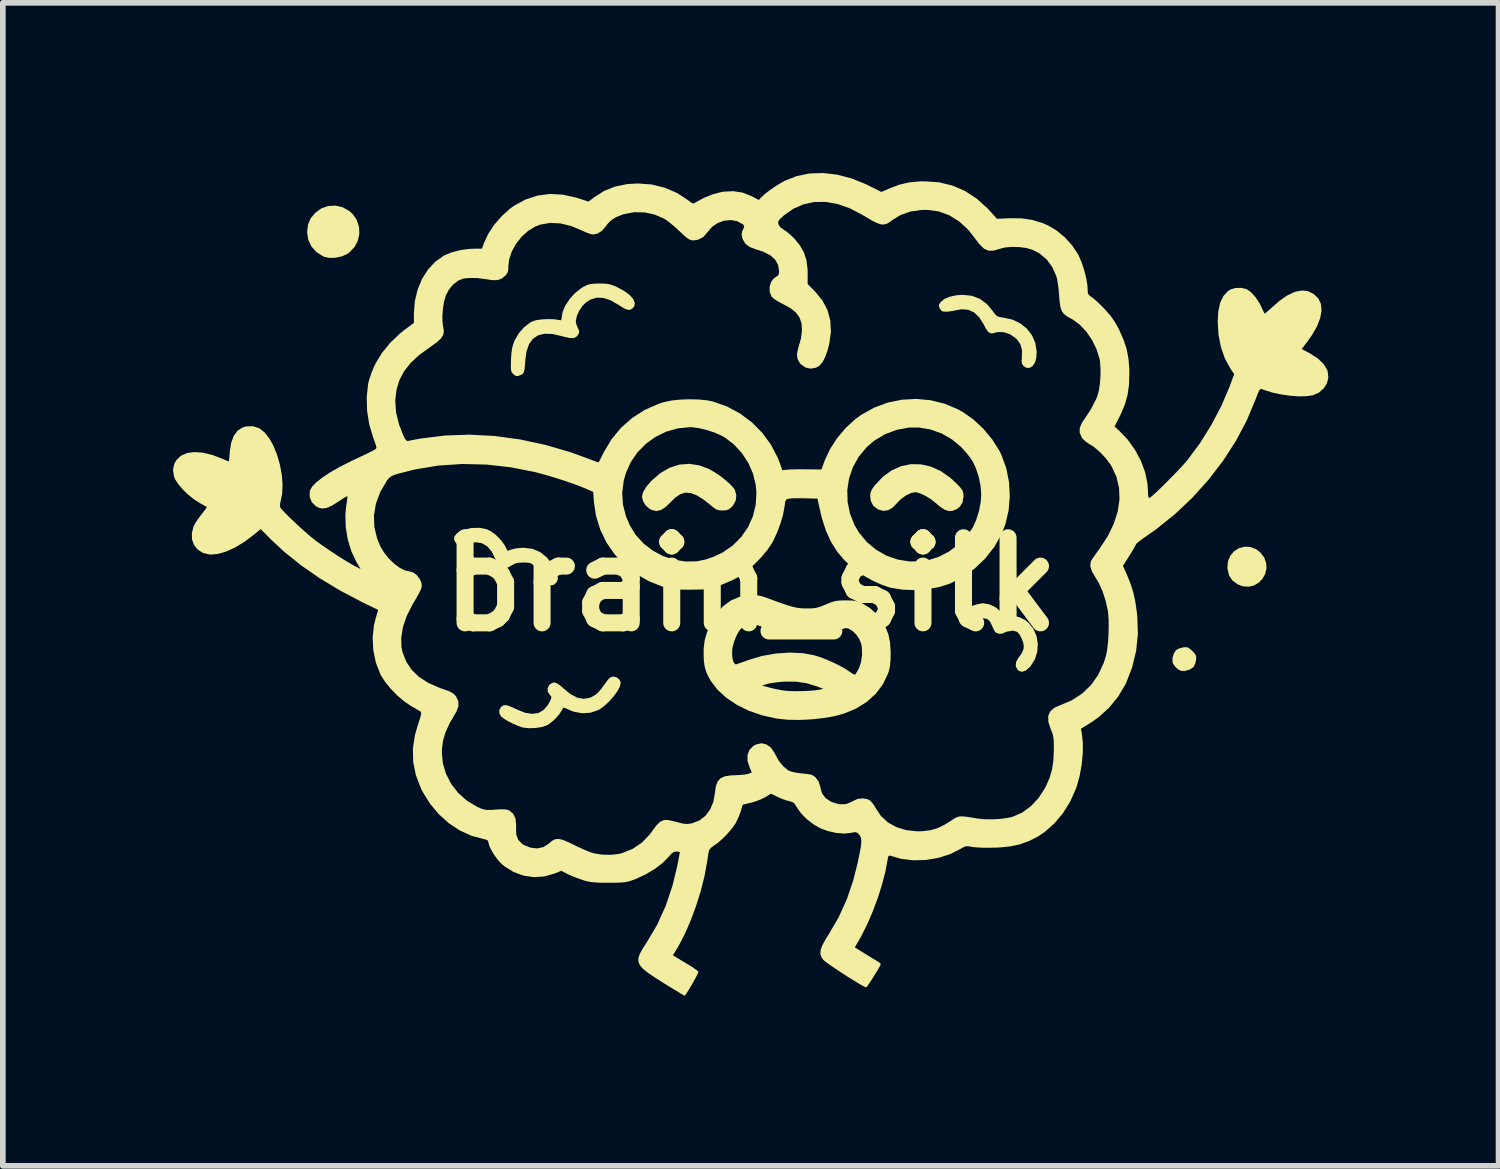
<source format=kicad_pcb>
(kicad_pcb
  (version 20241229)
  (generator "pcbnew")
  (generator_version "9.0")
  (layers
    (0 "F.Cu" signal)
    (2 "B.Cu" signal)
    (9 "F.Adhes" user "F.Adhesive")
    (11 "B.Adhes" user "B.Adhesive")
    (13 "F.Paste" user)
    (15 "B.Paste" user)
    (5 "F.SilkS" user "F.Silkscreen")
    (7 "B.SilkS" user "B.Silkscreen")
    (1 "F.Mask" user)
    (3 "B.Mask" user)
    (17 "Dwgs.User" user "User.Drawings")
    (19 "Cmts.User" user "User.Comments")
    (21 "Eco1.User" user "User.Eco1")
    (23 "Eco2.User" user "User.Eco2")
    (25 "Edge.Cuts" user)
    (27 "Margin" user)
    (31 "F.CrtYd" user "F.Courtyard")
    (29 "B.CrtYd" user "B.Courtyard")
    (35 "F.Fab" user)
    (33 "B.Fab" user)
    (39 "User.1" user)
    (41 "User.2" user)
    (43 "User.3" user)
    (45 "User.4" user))
  (footprint "brain_silk"
    (layer "F.Cu")
    (at 10.184 7.251)
    (property "Reference" "brain_silk" (at 0 0 0) (layer "F.SilkS") (effects (font (size 1.5 1.5) (thickness 0.3))))
    (attr board_only exclude_from_pos_files exclude_from_bom)
    (fp_poly (pts (xy 8.806 -0.659) (xy 8.907 -0.621) (xy 8.979 -0.567) (xy 9.05 -0.475) (xy 9.086 -0.377) (xy 9.091 -0.278) (xy 9.068 -0.183) (xy 9.02 -0.098) (xy 8.953 -0.029) (xy 8.869 0.02) (xy 8.772 0.042) (xy 8.668 0.033) (xy 8.581 -0.001) (xy 8.489 -0.07) (xy 8.43 -0.162) (xy 8.403 -0.28) (xy 8.402 -0.29) (xy 8.412 -0.407) (xy 8.454 -0.507) (xy 8.521 -0.585) (xy 8.606 -0.638) (xy 8.704 -0.664)) (stroke (width 0) (type solid)) (fill yes) (layer "F.SilkS"))
    (fp_poly (pts (xy 7.718 1.118) (xy 7.76 1.152) (xy 7.785 1.175) (xy 7.83 1.224) (xy 7.85 1.263) (xy 7.852 1.309) (xy 7.849 1.337) (xy 7.833 1.402) (xy 7.806 1.454) (xy 7.799 1.462) (xy 7.735 1.503) (xy 7.654 1.526) (xy 7.591 1.526) (xy 7.536 1.501) (xy 7.482 1.452) (xy 7.443 1.395) (xy 7.435 1.37) (xy 7.435 1.293) (xy 7.459 1.216) (xy 7.499 1.158) (xy 7.546 1.132) (xy 7.611 1.113) (xy 7.624 1.11) (xy 7.678 1.107)) (stroke (width 0) (type solid)) (fill yes) (layer "F.SilkS"))
    (fp_poly (pts (xy -7.196 -6.648) (xy -7.08 -6.584) (xy -7.018 -6.529) (xy -6.945 -6.424) (xy -6.906 -6.305) (xy -6.9 -6.18) (xy -6.926 -6.058) (xy -6.984 -5.947) (xy -7.071 -5.854) (xy -7.113 -5.825) (xy -7.212 -5.781) (xy -7.324 -5.757) (xy -7.435 -5.755) (xy -7.528 -5.777) (xy -7.532 -5.779) (xy -7.652 -5.854) (xy -7.743 -5.954) (xy -7.8 -6.073) (xy -7.82 -6.207) (xy -7.82 -6.209) (xy -7.805 -6.341) (xy -7.757 -6.453) (xy -7.677 -6.55) (xy -7.569 -6.628) (xy -7.448 -6.67) (xy -7.321 -6.677)) (stroke (width 0) (type solid)) (fill yes) (layer "F.SilkS"))
    (fp_poly (pts (xy -0.908 -2.098) (xy -0.748 -2.039) (xy -0.65 -1.985) (xy -0.547 -1.917) (xy -0.449 -1.841) (xy -0.364 -1.766) (xy -0.302 -1.698) (xy -0.279 -1.662) (xy -0.254 -1.571) (xy -0.265 -1.476) (xy -0.312 -1.39) (xy -0.332 -1.367) (xy -0.382 -1.325) (xy -0.432 -1.306) (xy -0.497 -1.302) (xy -0.56 -1.306) (xy -0.61 -1.323) (xy -0.663 -1.359) (xy -0.695 -1.386) (xy -0.833 -1.495) (xy -0.952 -1.57) (xy -1.057 -1.61) (xy -1.152 -1.617) (xy -1.241 -1.59) (xy -1.329 -1.531) (xy -1.405 -1.456) (xy -1.499 -1.364) (xy -1.584 -1.31) (xy -1.665 -1.293) (xy -1.745 -1.311) (xy -1.786 -1.333) (xy -1.853 -1.392) (xy -1.9 -1.47) (xy -1.917 -1.546) (xy -1.899 -1.623) (xy -1.846 -1.714) (xy -1.761 -1.815) (xy -1.75 -1.826) (xy -1.594 -1.961) (xy -1.43 -2.056) (xy -1.26 -2.111) (xy -1.085 -2.125)) (stroke (width 0) (type solid)) (fill yes) (layer "F.SilkS"))
    (fp_poly (pts (xy 2.999 -2.116) (xy 3.176 -2.076) (xy 3.351 -1.996) (xy 3.52 -1.878) (xy 3.643 -1.763) (xy 3.699 -1.701) (xy 3.731 -1.655) (xy 3.746 -1.614) (xy 3.751 -1.564) (xy 3.751 -1.553) (xy 3.734 -1.447) (xy 3.685 -1.367) (xy 3.624 -1.322) (xy 3.552 -1.295) (xy 3.485 -1.293) (xy 3.414 -1.318) (xy 3.331 -1.374) (xy 3.261 -1.434) (xy 3.174 -1.502) (xy 3.079 -1.561) (xy 2.988 -1.603) (xy 2.913 -1.624) (xy 2.898 -1.625) (xy 2.82 -1.609) (xy 2.733 -1.566) (xy 2.648 -1.504) (xy 2.59 -1.445) (xy 2.505 -1.356) (xy 2.423 -1.307) (xy 2.339 -1.295) (xy 2.25 -1.319) (xy 2.234 -1.327) (xy 2.16 -1.385) (xy 2.116 -1.47) (xy 2.105 -1.56) (xy 2.112 -1.619) (xy 2.137 -1.677) (xy 2.186 -1.746) (xy 2.328 -1.896) (xy 2.484 -2.009) (xy 2.649 -2.083) (xy 2.822 -2.119)) (stroke (width 0) (type solid)) (fill yes) (layer "F.SilkS"))
    (fp_poly (pts (xy 3.897 -5.087) (xy 4.039 -5.033) (xy 4.163 -4.941) (xy 4.262 -4.824) (xy 4.305 -4.764) (xy 4.34 -4.73) (xy 4.38 -4.713) (xy 4.439 -4.704) (xy 4.449 -4.703) (xy 4.61 -4.668) (xy 4.751 -4.601) (xy 4.868 -4.507) (xy 4.958 -4.39) (xy 5.016 -4.255) (xy 5.04 -4.105) (xy 5.033 -3.99) (xy 5.008 -3.905) (xy 4.965 -3.845) (xy 4.912 -3.815) (xy 4.855 -3.818) (xy 4.803 -3.854) (xy 4.781 -3.889) (xy 4.774 -3.935) (xy 4.779 -4.006) (xy 4.781 -4.132) (xy 4.752 -4.234) (xy 4.691 -4.32) (xy 4.671 -4.339) (xy 4.571 -4.408) (xy 4.463 -4.445) (xy 4.357 -4.448) (xy 4.313 -4.438) (xy 4.258 -4.424) (xy 4.216 -4.43) (xy 4.179 -4.459) (xy 4.14 -4.517) (xy 4.105 -4.585) (xy 4.026 -4.709) (xy 3.935 -4.795) (xy 3.832 -4.841) (xy 3.714 -4.849) (xy 3.637 -4.835) (xy 3.556 -4.819) (xy 3.476 -4.808) (xy 3.449 -4.806) (xy 3.391 -4.809) (xy 3.357 -4.828) (xy 3.335 -4.859) (xy 3.316 -4.901) (xy 3.32 -4.933) (xy 3.346 -4.974) (xy 3.41 -5.029) (xy 3.505 -5.07) (xy 3.624 -5.096) (xy 3.736 -5.104)) (stroke (width 0) (type solid)) (fill yes) (layer "F.SilkS"))
    (fp_poly (pts (xy -4.663 -0.975) (xy -4.581 -0.936) (xy -4.493 -0.871) (xy -4.411 -0.789) (xy -4.346 -0.702) (xy -4.334 -0.682) (xy -4.286 -0.591) (xy -4.211 -0.617) (xy -4.149 -0.632) (xy -4.066 -0.642) (xy -4 -0.645) (xy -3.849 -0.627) (xy -3.714 -0.57) (xy -3.595 -0.475) (xy -3.493 -0.343) (xy -3.448 -0.263) (xy -3.41 -0.171) (xy -3.399 -0.102) (xy -3.416 -0.048) (xy -3.438 -0.021) (xy -3.483 0.013) (xy -3.529 0.015) (xy -3.576 -0.003) (xy -3.61 -0.034) (xy -3.648 -0.089) (xy -3.668 -0.126) (xy -3.713 -0.203) (xy -3.771 -0.28) (xy -3.796 -0.306) (xy -3.844 -0.35) (xy -3.885 -0.374) (xy -3.934 -0.384) (xy -4.008 -0.385) (xy -4.008 -0.385) (xy -4.093 -0.382) (xy -4.155 -0.367) (xy -4.214 -0.336) (xy -4.226 -0.328) (xy -4.306 -0.284) (xy -4.37 -0.273) (xy -4.421 -0.297) (xy -4.465 -0.359) (xy -4.502 -0.444) (xy -4.565 -0.576) (xy -4.645 -0.67) (xy -4.74 -0.726) (xy -4.85 -0.743) (xy -4.969 -0.722) (xy -5.06 -0.697) (xy -5.122 -0.69) (xy -5.165 -0.701) (xy -5.196 -0.726) (xy -5.23 -0.786) (xy -5.224 -0.845) (xy -5.179 -0.9) (xy -5.097 -0.947) (xy -5.073 -0.957) (xy -4.928 -0.993) (xy -4.778 -0.997)) (stroke (width 0) (type solid)) (fill yes) (layer "F.SilkS"))
    (fp_poly (pts (xy 4.209 0.353) (xy 4.314 0.403) (xy 4.401 0.477) (xy 4.409 0.486) (xy 4.449 0.532) (xy 4.484 0.551) (xy 4.531 0.552) (xy 4.554 0.549) (xy 4.644 0.553) (xy 4.745 0.583) (xy 4.841 0.632) (xy 4.893 0.673) (xy 4.981 0.782) (xy 5.037 0.91) (xy 5.06 1.048) (xy 5.051 1.187) (xy 5.009 1.321) (xy 4.934 1.44) (xy 4.92 1.456) (xy 4.847 1.519) (xy 4.781 1.542) (xy 4.723 1.523) (xy 4.702 1.504) (xy 4.671 1.442) (xy 4.677 1.369) (xy 4.716 1.299) (xy 4.777 1.215) (xy 4.807 1.143) (xy 4.813 1.09) (xy 4.802 1.023) (xy 4.774 0.949) (xy 4.737 0.882) (xy 4.698 0.839) (xy 4.691 0.835) (xy 4.62 0.815) (xy 4.544 0.819) (xy 4.489 0.843) (xy 4.429 0.87) (xy 4.365 0.87) (xy 4.315 0.846) (xy 4.311 0.841) (xy 4.285 0.8) (xy 4.258 0.74) (xy 4.25 0.721) (xy 4.212 0.647) (xy 4.163 0.607) (xy 4.095 0.598) (xy 4.003 0.618) (xy 3.982 0.625) (xy 3.898 0.651) (xy 3.843 0.663) (xy 3.807 0.661) (xy 3.779 0.644) (xy 3.764 0.629) (xy 3.734 0.569) (xy 3.736 0.503) (xy 3.769 0.45) (xy 3.828 0.412) (xy 3.911 0.376) (xy 4.001 0.348) (xy 4.082 0.334) (xy 4.1 0.334)) (stroke (width 0) (type solid)) (fill yes) (layer "F.SilkS"))
    (fp_poly (pts (xy -2.359 1.641) (xy -2.312 1.682) (xy -2.292 1.736) (xy -2.292 1.737) (xy -2.308 1.803) (xy -2.351 1.884) (xy -2.415 1.972) (xy -2.492 2.06) (xy -2.576 2.138) (xy -2.66 2.2) (xy -2.693 2.218) (xy -2.829 2.263) (xy -2.975 2.272) (xy -3.121 2.244) (xy -3.186 2.218) (xy -3.246 2.192) (xy -3.289 2.175) (xy -3.303 2.172) (xy -3.315 2.192) (xy -3.333 2.226) (xy -3.386 2.304) (xy -3.461 2.385) (xy -3.544 2.454) (xy -3.593 2.484) (xy -3.679 2.514) (xy -3.789 2.531) (xy -3.904 2.536) (xy -4.009 2.525) (xy -4.027 2.521) (xy -4.099 2.496) (xy -4.186 2.459) (xy -4.273 2.415) (xy -4.348 2.37) (xy -4.397 2.333) (xy -4.397 2.333) (xy -4.432 2.274) (xy -4.432 2.211) (xy -4.4 2.16) (xy -4.364 2.135) (xy -4.322 2.128) (xy -4.266 2.141) (xy -4.189 2.173) (xy -4.131 2.201) (xy -3.985 2.261) (xy -3.856 2.283) (xy -3.745 2.268) (xy -3.651 2.214) (xy -3.574 2.123) (xy -3.553 2.084) (xy -3.524 2.026) (xy -3.514 1.992) (xy -3.521 1.97) (xy -3.543 1.947) (xy -3.578 1.892) (xy -3.58 1.831) (xy -3.554 1.776) (xy -3.505 1.738) (xy -3.459 1.729) (xy -3.415 1.745) (xy -3.353 1.788) (xy -3.3 1.835) (xy -3.176 1.936) (xy -3.058 1.997) (xy -2.947 2.018) (xy -2.839 2) (xy -2.794 1.98) (xy -2.74 1.948) (xy -2.69 1.905) (xy -2.636 1.843) (xy -2.571 1.755) (xy -2.548 1.722) (xy -2.502 1.663) (xy -2.464 1.634) (xy -2.422 1.625) (xy -2.421 1.625)) (stroke (width 0) (type solid)) (fill yes) (layer "F.SilkS"))
    (fp_poly (pts (xy -2.571 -5.301) (xy -2.5 -5.292) (xy -2.436 -5.274) (xy -2.361 -5.242) (xy -2.352 -5.238) (xy -2.228 -5.17) (xy -2.134 -5.1) (xy -2.072 -5.03) (xy -2.044 -4.963) (xy -2.053 -4.904) (xy -2.08 -4.869) (xy -2.118 -4.843) (xy -2.16 -4.838) (xy -2.214 -4.856) (xy -2.288 -4.898) (xy -2.332 -4.927) (xy -2.471 -5.007) (xy -2.597 -5.049) (xy -2.712 -5.054) (xy -2.821 -5.022) (xy -2.897 -4.977) (xy -2.965 -4.911) (xy -3.024 -4.823) (xy -3.066 -4.729) (xy -3.084 -4.643) (xy -3.084 -4.639) (xy -3.073 -4.579) (xy -3.048 -4.519) (xy -3.025 -4.473) (xy -3.026 -4.438) (xy -3.043 -4.401) (xy -3.078 -4.36) (xy -3.128 -4.341) (xy -3.199 -4.343) (xy -3.299 -4.367) (xy -3.324 -4.374) (xy -3.491 -4.413) (xy -3.633 -4.418) (xy -3.75 -4.39) (xy -3.842 -4.327) (xy -3.91 -4.232) (xy -3.954 -4.102) (xy -3.972 -3.966) (xy -3.98 -3.861) (xy -3.988 -3.789) (xy -3.999 -3.744) (xy -4.015 -3.716) (xy -4.04 -3.698) (xy -4.053 -3.692) (xy -4.108 -3.671) (xy -4.145 -3.675) (xy -4.184 -3.705) (xy -4.191 -3.712) (xy -4.211 -3.735) (xy -4.223 -3.763) (xy -4.229 -3.805) (xy -4.229 -3.869) (xy -4.226 -3.966) (xy -4.226 -3.967) (xy -4.219 -4.078) (xy -4.207 -4.161) (xy -4.188 -4.232) (xy -4.159 -4.306) (xy -4.158 -4.308) (xy -4.087 -4.429) (xy -3.992 -4.536) (xy -3.886 -4.617) (xy -3.838 -4.641) (xy -3.772 -4.659) (xy -3.68 -4.671) (xy -3.577 -4.676) (xy -3.479 -4.674) (xy -3.4 -4.664) (xy -3.391 -4.662) (xy -3.35 -4.655) (xy -3.336 -4.671) (xy -3.334 -4.698) (xy -3.316 -4.804) (xy -3.267 -4.918) (xy -3.192 -5.031) (xy -3.098 -5.135) (xy -2.992 -5.219) (xy -2.956 -5.241) (xy -2.894 -5.273) (xy -2.84 -5.291) (xy -2.778 -5.3) (xy -2.693 -5.303) (xy -2.667 -5.303)) (stroke (width 0) (type solid)) (fill yes) (layer "F.SilkS"))
    (fp_poly (pts (xy 0.166 0.201) (xy 0.252 0.227) (xy 0.261 0.23) (xy 0.422 0.29) (xy 0.551 0.336) (xy 0.655 0.371) (xy 0.739 0.395) (xy 0.81 0.411) (xy 0.874 0.42) (xy 0.938 0.424) (xy 0.979 0.424) (xy 1.075 0.423) (xy 1.148 0.415) (xy 1.218 0.396) (xy 1.303 0.362) (xy 1.323 0.354) (xy 1.411 0.318) (xy 1.481 0.296) (xy 1.55 0.286) (xy 1.637 0.282) (xy 1.677 0.282) (xy 1.775 0.284) (xy 1.845 0.292) (xy 1.902 0.307) (xy 1.96 0.333) (xy 1.974 0.339) (xy 2.102 0.419) (xy 2.209 0.516) (xy 2.307 0.642) (xy 2.311 0.648) (xy 2.381 0.768) (xy 2.428 0.888) (xy 2.455 1.021) (xy 2.465 1.178) (xy 2.466 1.229) (xy 2.463 1.348) (xy 2.454 1.44) (xy 2.438 1.517) (xy 2.42 1.571) (xy 2.33 1.761) (xy 2.204 1.928) (xy 2.046 2.071) (xy 1.857 2.189) (xy 1.645 2.277) (xy 1.478 2.323) (xy 1.282 2.357) (xy 1.071 2.38) (xy 0.856 2.39) (xy 0.651 2.386) (xy 0.467 2.367) (xy 0.454 2.365) (xy 0.2 2.309) (xy -0.034 2.228) (xy -0.245 2.124) (xy -0.43 2) (xy -0.585 1.859) (xy -0.642 1.784) (xy 0.198 1.784) (xy 0.333 1.82) (xy 0.432 1.844) (xy 0.541 1.865) (xy 0.604 1.874) (xy 0.693 1.881) (xy 0.808 1.883) (xy 0.932 1.881) (xy 1.054 1.875) (xy 1.158 1.865) (xy 1.214 1.856) (xy 1.281 1.841) (xy 1.166 1.798) (xy 0.982 1.742) (xy 0.798 1.715) (xy 0.596 1.714) (xy 0.587 1.715) (xy 0.487 1.723) (xy 0.391 1.736) (xy 0.315 1.749) (xy 0.292 1.755) (xy 0.198 1.784) (xy -0.642 1.784) (xy -0.706 1.701) (xy -0.757 1.606) (xy -0.792 1.524) (xy -0.813 1.447) (xy -0.825 1.358) (xy -0.83 1.284) (xy -0.83 1.242) (xy -0.329 1.242) (xy -0.319 1.319) (xy -0.3 1.377) (xy -0.273 1.408) (xy -0.253 1.409) (xy -0.219 1.397) (xy -0.156 1.375) (xy -0.078 1.347) (xy -0.049 1.336) (xy 0.192 1.263) (xy 0.442 1.219) (xy 0.689 1.202) (xy 0.926 1.214) (xy 1.115 1.249) (xy 1.233 1.286) (xy 1.365 1.338) (xy 1.499 1.399) (xy 1.622 1.463) (xy 1.721 1.524) (xy 1.739 1.538) (xy 1.79 1.572) (xy 1.828 1.59) (xy 1.839 1.591) (xy 1.857 1.568) (xy 1.885 1.519) (xy 1.908 1.477) (xy 1.945 1.368) (xy 1.962 1.24) (xy 1.958 1.109) (xy 1.948 1.052) (xy 1.914 0.965) (xy 1.859 0.885) (xy 1.792 0.82) (xy 1.722 0.779) (xy 1.678 0.771) (xy 1.645 0.778) (xy 1.585 0.799) (xy 1.505 0.828) (xy 1.453 0.849) (xy 1.37 0.881) (xy 1.306 0.903) (xy 1.247 0.916) (xy 1.181 0.923) (xy 1.096 0.926) (xy 1 0.926) (xy 0.857 0.923) (xy 0.73 0.911) (xy 0.606 0.888) (xy 0.476 0.851) (xy 0.327 0.798) (xy 0.223 0.757) (xy 0.114 0.717) (xy 0.032 0.697) (xy -0.034 0.698) (xy -0.094 0.72) (xy -0.144 0.752) (xy -0.196 0.808) (xy -0.246 0.893) (xy -0.288 0.994) (xy -0.318 1.098) (xy -0.327 1.154) (xy -0.329 1.242) (xy -0.83 1.242) (xy -0.83 1.129) (xy -0.813 0.991) (xy -0.775 0.854) (xy -0.712 0.703) (xy -0.708 0.693) (xy -0.609 0.522) (xy -0.489 0.386) (xy -0.35 0.284) (xy -0.193 0.218) (xy -0.021 0.191) (xy 0.083 0.19)) (stroke (width 0) (type solid)) (fill yes) (layer "F.SilkS"))
    (fp_poly (pts (xy 1.519 -7.223) (xy 1.77 -7.158) (xy 2.023 -7.057) (xy 2.074 -7.032) (xy 2.304 -6.917) (xy 2.439 -6.977) (xy 2.616 -7.045) (xy 2.792 -7.086) (xy 2.985 -7.104) (xy 3.066 -7.105) (xy 3.32 -7.087) (xy 3.556 -7.03) (xy 3.776 -6.935) (xy 3.981 -6.802) (xy 4.172 -6.629) (xy 4.218 -6.58) (xy 4.34 -6.444) (xy 4.561 -6.454) (xy 4.773 -6.452) (xy 4.963 -6.424) (xy 5.144 -6.369) (xy 5.247 -6.324) (xy 5.397 -6.234) (xy 5.541 -6.113) (xy 5.668 -5.972) (xy 5.768 -5.821) (xy 5.78 -5.798) (xy 5.833 -5.675) (xy 5.879 -5.536) (xy 5.914 -5.396) (xy 5.935 -5.268) (xy 5.938 -5.206) (xy 5.942 -5.143) (xy 5.957 -5.105) (xy 5.994 -5.074) (xy 6.01 -5.064) (xy 6.054 -5.03) (xy 6.117 -4.974) (xy 6.188 -4.905) (xy 6.239 -4.852) (xy 6.342 -4.735) (xy 6.422 -4.62) (xy 6.491 -4.494) (xy 6.571 -4.314) (xy 6.626 -4.148) (xy 6.658 -3.981) (xy 6.673 -3.797) (xy 6.674 -3.709) (xy 6.667 -3.514) (xy 6.643 -3.343) (xy 6.599 -3.183) (xy 6.532 -3.019) (xy 6.5 -2.953) (xy 6.413 -2.782) (xy 6.495 -2.709) (xy 6.644 -2.553) (xy 6.772 -2.374) (xy 6.876 -2.18) (xy 6.951 -1.979) (xy 6.993 -1.779) (xy 7.001 -1.653) (xy 7.004 -1.582) (xy 7.013 -1.535) (xy 7.022 -1.521) (xy 7.047 -1.535) (xy 7.094 -1.575) (xy 7.16 -1.635) (xy 7.239 -1.711) (xy 7.326 -1.797) (xy 7.416 -1.888) (xy 7.505 -1.979) (xy 7.586 -2.065) (xy 7.655 -2.141) (xy 7.703 -2.198) (xy 7.921 -2.492) (xy 8.12 -2.812) (xy 8.295 -3.144) (xy 8.437 -3.477) (xy 8.447 -3.504) (xy 8.522 -3.706) (xy 8.451 -3.811) (xy 8.357 -3.983) (xy 8.288 -4.182) (xy 8.245 -4.402) (xy 8.231 -4.634) (xy 8.231 -4.634) (xy 8.242 -4.818) (xy 8.276 -4.968) (xy 8.333 -5.085) (xy 8.413 -5.17) (xy 8.461 -5.2) (xy 8.545 -5.224) (xy 8.641 -5.227) (xy 8.73 -5.208) (xy 8.749 -5.2) (xy 8.826 -5.143) (xy 8.902 -5.057) (xy 8.97 -4.952) (xy 8.997 -4.898) (xy 9.026 -4.835) (xy 9.048 -4.79) (xy 9.057 -4.774) (xy 9.074 -4.783) (xy 9.113 -4.815) (xy 9.167 -4.863) (xy 9.184 -4.879) (xy 9.323 -5) (xy 9.451 -5.089) (xy 9.573 -5.148) (xy 9.602 -5.158) (xy 9.718 -5.181) (xy 9.821 -5.169) (xy 9.921 -5.12) (xy 10.003 -5.043) (xy 10.05 -4.945) (xy 10.062 -4.829) (xy 10.039 -4.697) (xy 9.983 -4.551) (xy 9.892 -4.392) (xy 9.816 -4.285) (xy 9.712 -4.148) (xy 9.857 -4.072) (xy 9.994 -3.984) (xy 10.096 -3.887) (xy 10.16 -3.781) (xy 10.17 -3.752) (xy 10.182 -3.646) (xy 10.157 -3.544) (xy 10.099 -3.453) (xy 10.014 -3.38) (xy 9.91 -3.334) (xy 9.801 -3.317) (xy 9.665 -3.314) (xy 9.511 -3.325) (xy 9.351 -3.348) (xy 9.195 -3.381) (xy 9.053 -3.425) (xy 9.001 -3.445) (xy 8.984 -3.443) (xy 8.963 -3.417) (xy 8.937 -3.361) (xy 8.903 -3.272) (xy 8.897 -3.257) (xy 8.744 -2.891) (xy 8.553 -2.53) (xy 8.327 -2.18) (xy 8.07 -1.845) (xy 7.786 -1.529) (xy 7.477 -1.237) (xy 7.148 -0.973) (xy 7.006 -0.873) (xy 6.925 -0.816) (xy 6.858 -0.767) (xy 6.811 -0.73) (xy 6.793 -0.711) (xy 6.793 -0.711) (xy 6.782 -0.687) (xy 6.754 -0.637) (xy 6.713 -0.567) (xy 6.677 -0.51) (xy 6.561 -0.325) (xy 6.623 -0.189) (xy 6.691 -0.023) (xy 6.742 0.136) (xy 6.779 0.303) (xy 6.806 0.491) (xy 6.814 0.57) (xy 6.824 0.876) (xy 6.793 1.175) (xy 6.723 1.464) (xy 6.615 1.74) (xy 6.602 1.767) (xy 6.474 1.982) (xy 6.314 2.177) (xy 6.128 2.345) (xy 5.99 2.441) (xy 5.82 2.545) (xy 5.836 2.632) (xy 5.854 2.791) (xy 5.853 2.975) (xy 5.834 3.172) (xy 5.799 3.37) (xy 5.748 3.556) (xy 5.73 3.608) (xy 5.631 3.829) (xy 5.504 4.033) (xy 5.353 4.213) (xy 5.184 4.363) (xy 5.063 4.444) (xy 4.909 4.523) (xy 4.754 4.58) (xy 4.588 4.617) (xy 4.397 4.637) (xy 4.313 4.641) (xy 4.188 4.643) (xy 4.07 4.642) (xy 3.971 4.636) (xy 3.911 4.629) (xy 3.84 4.617) (xy 3.792 4.617) (xy 3.751 4.632) (xy 3.71 4.656) (xy 3.521 4.753) (xy 3.311 4.821) (xy 3.089 4.858) (xy 2.866 4.864) (xy 2.649 4.838) (xy 2.457 4.782) (xy 2.435 4.782) (xy 2.42 4.808) (xy 2.41 4.868) (xy 2.372 5.069) (xy 2.314 5.292) (xy 2.239 5.528) (xy 2.151 5.764) (xy 2.054 5.99) (xy 1.951 6.196) (xy 1.91 6.269) (xy 1.834 6.398) (xy 1.943 6.467) (xy 2.024 6.517) (xy 2.116 6.573) (xy 2.172 6.607) (xy 2.233 6.644) (xy 2.276 6.675) (xy 2.292 6.692) (xy 2.282 6.718) (xy 2.254 6.769) (xy 2.215 6.836) (xy 2.169 6.91) (xy 2.123 6.983) (xy 2.081 7.045) (xy 2.05 7.089) (xy 2.034 7.105) (xy 2.006 7.094) (xy 1.95 7.064) (xy 1.874 7.018) (xy 1.782 6.962) (xy 1.682 6.899) (xy 1.581 6.833) (xy 1.484 6.769) (xy 1.399 6.711) (xy 1.332 6.663) (xy 1.289 6.629) (xy 1.279 6.62) (xy 1.242 6.564) (xy 1.226 6.506) (xy 1.233 6.439) (xy 1.264 6.357) (xy 1.32 6.255) (xy 1.377 6.164) (xy 1.549 5.869) (xy 1.691 5.558) (xy 1.805 5.223) (xy 1.883 4.917) (xy 1.913 4.771) (xy 1.935 4.66) (xy 1.946 4.577) (xy 1.949 4.516) (xy 1.943 4.471) (xy 1.929 4.437) (xy 1.912 4.414) (xy 1.881 4.381) (xy 1.852 4.368) (xy 1.809 4.371) (xy 1.764 4.381) (xy 1.646 4.393) (xy 1.507 4.382) (xy 1.362 4.349) (xy 1.224 4.298) (xy 1.22 4.296) (xy 1.101 4.227) (xy 0.985 4.136) (xy 0.886 4.035) (xy 0.814 3.934) (xy 0.811 3.928) (xy 0.774 3.869) (xy 0.737 3.838) (xy 0.686 3.823) (xy 0.685 3.823) (xy 0.625 3.807) (xy 0.547 3.779) (xy 0.481 3.75) (xy 0.354 3.69) (xy 0.255 3.752) (xy 0.18 3.789) (xy 0.087 3.825) (xy 0.007 3.848) (xy -0.141 3.883) (xy -0.176 3.999) (xy -0.208 4.085) (xy -0.247 4.172) (xy -0.266 4.209) (xy -0.325 4.295) (xy -0.405 4.39) (xy -0.494 4.481) (xy -0.581 4.557) (xy -0.641 4.599) (xy -0.697 4.639) (xy -0.732 4.681) (xy -0.738 4.696) (xy -0.746 4.737) (xy -0.756 4.806) (xy -0.769 4.89) (xy -0.772 4.907) (xy -0.817 5.15) (xy -0.882 5.408) (xy -0.964 5.669) (xy -1.059 5.925) (xy -1.163 6.164) (xy -1.273 6.376) (xy -1.324 6.461) (xy -1.373 6.538) (xy -1.153 6.671) (xy -1.067 6.723) (xy -0.996 6.77) (xy -0.946 6.806) (xy -0.924 6.826) (xy -0.923 6.827) (xy -0.93 6.851) (xy -0.954 6.901) (xy -0.99 6.969) (xy -1.032 7.044) (xy -1.076 7.119) (xy -1.117 7.185) (xy -1.148 7.231) (xy -1.166 7.25) (xy -1.167 7.251) (xy -1.187 7.24) (xy -1.237 7.211) (xy -1.311 7.166) (xy -1.405 7.109) (xy -1.513 7.042) (xy -1.547 7.021) (xy -1.698 6.925) (xy -1.815 6.845) (xy -1.9 6.777) (xy -1.954 6.714) (xy -1.98 6.653) (xy -1.981 6.588) (xy -1.956 6.516) (xy -1.91 6.43) (xy -1.844 6.327) (xy -1.841 6.323) (xy -1.654 6.008) (xy -1.5 5.67) (xy -1.379 5.309) (xy -1.302 4.991) (xy -1.282 4.893) (xy -1.266 4.81) (xy -1.255 4.75) (xy -1.25 4.723) (xy -1.25 4.722) (xy -1.268 4.713) (xy -1.311 4.709) (xy -1.359 4.719) (xy -1.406 4.755) (xy -1.438 4.793) (xy -1.545 4.904) (xy -1.684 5.011) (xy -1.846 5.109) (xy -2.022 5.191) (xy -2.105 5.222) (xy -2.162 5.239) (xy -2.224 5.25) (xy -2.303 5.257) (xy -2.405 5.26) (xy -2.521 5.26) (xy -2.645 5.259) (xy -2.739 5.255) (xy -2.812 5.248) (xy -2.875 5.237) (xy -2.939 5.219) (xy -2.99 5.202) (xy -3.082 5.169) (xy -3.171 5.133) (xy -3.24 5.101) (xy -3.248 5.097) (xy -3.339 5.049) (xy -3.46 5.098) (xy -3.64 5.149) (xy -3.824 5.161) (xy -4.006 5.134) (xy -4.18 5.07) (xy -4.341 4.97) (xy -4.394 4.926) (xy -4.455 4.861) (xy -4.515 4.78) (xy -4.568 4.694) (xy -4.607 4.614) (xy -4.625 4.55) (xy -4.626 4.54) (xy -4.64 4.511) (xy -4.687 4.493) (xy -4.704 4.49) (xy -4.92 4.433) (xy -5.128 4.338) (xy -5.323 4.21) (xy -5.5 4.05) (xy -5.655 3.865) (xy -5.784 3.656) (xy -5.815 3.594) (xy -5.903 3.364) (xy -5.95 3.133) (xy -5.956 2.9) (xy -5.921 2.662) (xy -5.868 2.477) (xy -5.836 2.38) (xy -5.817 2.315) (xy -5.81 2.274) (xy -5.814 2.25) (xy -5.824 2.24) (xy -5.857 2.22) (xy -5.914 2.187) (xy -5.983 2.147) (xy -5.985 2.146) (xy -6.103 2.067) (xy -6.227 1.962) (xy -6.344 1.843) (xy -6.445 1.719) (xy -6.521 1.601) (xy -6.527 1.589) (xy -6.607 1.385) (xy -6.653 1.165) (xy -6.665 0.94) (xy -6.642 0.72) (xy -6.608 0.584) (xy -6.587 0.517) (xy -6.573 0.468) (xy -6.57 0.449) (xy -6.57 0.449) (xy -6.589 0.44) (xy -6.639 0.416) (xy -6.713 0.38) (xy -6.804 0.336) (xy -6.845 0.316) (xy -7.233 0.112) (xy -7.595 -0.106) (xy -7.927 -0.336) (xy -8.225 -0.575) (xy -8.461 -0.795) (xy -8.639 -0.975) (xy -8.763 -0.872) (xy -8.925 -0.75) (xy -9.088 -0.651) (xy -9.246 -0.579) (xy -9.393 -0.536) (xy -9.524 -0.525) (xy -9.539 -0.526) (xy -9.655 -0.554) (xy -9.748 -0.612) (xy -9.814 -0.694) (xy -9.85 -0.795) (xy -9.852 -0.908) (xy -9.819 -1.028) (xy -9.817 -1.032) (xy -9.784 -1.092) (xy -9.734 -1.166) (xy -9.68 -1.237) (xy -9.634 -1.295) (xy -9.601 -1.34) (xy -9.588 -1.362) (xy -9.588 -1.363) (xy -9.609 -1.375) (xy -9.655 -1.402) (xy -9.719 -1.437) (xy -9.72 -1.438) (xy -9.821 -1.504) (xy -9.922 -1.586) (xy -10.015 -1.677) (xy -10.093 -1.769) (xy -10.148 -1.853) (xy -10.167 -1.901) (xy -10.184 -2.018) (xy -10.164 -2.12) (xy -10.125 -2.19) (xy -10.046 -2.266) (xy -9.94 -2.314) (xy -9.811 -2.332) (xy -9.661 -2.322) (xy -9.496 -2.283) (xy -9.327 -2.219) (xy -9.264 -2.192) (xy -9.219 -2.173) (xy -9.202 -2.167) (xy -9.197 -2.186) (xy -9.191 -2.237) (xy -9.185 -2.31) (xy -9.184 -2.333) (xy -9.16 -2.493) (xy -9.113 -2.619) (xy -9.044 -2.711) (xy -8.953 -2.768) (xy -8.888 -2.786) (xy -8.772 -2.787) (xy -8.666 -2.753) (xy -8.571 -2.68) (xy -8.483 -2.568) (xy -8.416 -2.447) (xy -8.349 -2.283) (xy -8.299 -2.106) (xy -8.266 -1.926) (xy -8.253 -1.753) (xy -8.26 -1.597) (xy -8.282 -1.49) (xy -8.298 -1.415) (xy -8.297 -1.364) (xy -8.294 -1.356) (xy -8.267 -1.321) (xy -8.214 -1.264) (xy -8.142 -1.192) (xy -8.056 -1.11) (xy -7.964 -1.024) (xy -7.87 -0.939) (xy -7.781 -0.862) (xy -7.704 -0.798) (xy -7.672 -0.773) (xy -7.573 -0.701) (xy -7.457 -0.621) (xy -7.332 -0.538) (xy -7.208 -0.458) (xy -7.094 -0.388) (xy -7.001 -0.334) (xy -6.966 -0.315) (xy -6.878 -0.271) (xy -6.949 -0.391) (xy -7.039 -0.58) (xy -7.104 -0.792) (xy -7.14 -1.015) (xy -7.145 -1.216) (xy -6.642 -1.216) (xy -6.635 -1.011) (xy -6.586 -0.808) (xy -6.53 -0.671) (xy -6.465 -0.562) (xy -6.382 -0.458) (xy -6.288 -0.367) (xy -6.191 -0.294) (xy -6.097 -0.246) (xy -6.017 -0.229) (xy -5.952 -0.211) (xy -5.887 -0.163) (xy -5.835 -0.095) (xy -5.811 -0.042) (xy -5.802 -0.007) (xy -5.799 0.024) (xy -5.804 0.058) (xy -5.82 0.101) (xy -5.85 0.161) (xy -5.896 0.243) (xy -5.961 0.353) (xy -5.967 0.365) (xy -6.066 0.561) (xy -6.131 0.753) (xy -6.161 0.937) (xy -6.157 1.107) (xy -6.137 1.199) (xy -6.072 1.365) (xy -5.976 1.508) (xy -5.849 1.631) (xy -5.686 1.736) (xy -5.488 1.823) (xy -5.429 1.844) (xy -5.335 1.877) (xy -5.272 1.906) (xy -5.23 1.935) (xy -5.199 1.97) (xy -5.194 1.977) (xy -5.155 2.062) (xy -5.153 2.148) (xy -5.188 2.243) (xy -5.209 2.278) (xy -5.31 2.452) (xy -5.381 2.608) (xy -5.425 2.757) (xy -5.444 2.906) (xy -5.446 2.959) (xy -5.427 3.156) (xy -5.37 3.345) (xy -5.278 3.521) (xy -5.155 3.679) (xy -5.003 3.813) (xy -4.825 3.92) (xy -4.805 3.929) (xy -4.743 3.956) (xy -4.691 3.971) (xy -4.637 3.977) (xy -4.564 3.975) (xy -4.5 3.97) (xy -4.401 3.965) (xy -4.333 3.966) (xy -4.284 3.976) (xy -4.255 3.988) (xy -4.186 4.046) (xy -4.146 4.133) (xy -4.135 4.248) (xy -4.137 4.285) (xy -4.134 4.406) (xy -4.099 4.502) (xy -4.031 4.574) (xy -4.005 4.591) (xy -3.885 4.641) (xy -3.768 4.655) (xy -3.658 4.632) (xy -3.564 4.574) (xy -3.555 4.565) (xy -3.5 4.519) (xy -3.448 4.493) (xy -3.391 4.487) (xy -3.32 4.501) (xy -3.229 4.538) (xy -3.118 4.592) (xy -3.016 4.641) (xy -2.916 4.686) (xy -2.828 4.721) (xy -2.771 4.739) (xy -2.626 4.764) (xy -2.471 4.768) (xy -2.327 4.752) (xy -2.27 4.738) (xy -2.082 4.662) (xy -1.918 4.552) (xy -1.779 4.407) (xy -1.715 4.319) (xy -1.667 4.254) (xy -1.614 4.2) (xy -1.58 4.176) (xy -1.543 4.16) (xy -1.504 4.152) (xy -1.455 4.155) (xy -1.387 4.169) (xy -1.29 4.193) (xy -1.272 4.198) (xy -1.188 4.218) (xy -1.123 4.224) (xy -1.058 4.216) (xy -1.03 4.21) (xy -0.905 4.162) (xy -0.799 4.08) (xy -0.716 3.968) (xy -0.659 3.832) (xy -0.632 3.681) (xy -0.616 3.562) (xy -0.584 3.476) (xy -0.533 3.418) (xy -0.455 3.383) (xy -0.346 3.367) (xy -0.273 3.364) (xy -0.184 3.36) (xy -0.103 3.352) (xy -0.047 3.341) (xy -0.037 3.338) (xy 0.019 3.315) (xy -0.021 3.225) (xy -0.057 3.109) (xy -0.057 3.005) (xy -0.022 2.916) (xy 0.047 2.847) (xy 0.097 2.821) (xy 0.191 2.801) (xy 0.278 2.822) (xy 0.356 2.879) (xy 0.419 2.971) (xy 0.429 2.992) (xy 0.492 3.107) (xy 0.571 3.204) (xy 0.655 3.275) (xy 0.675 3.286) (xy 0.727 3.304) (xy 0.805 3.32) (xy 0.894 3.332) (xy 0.913 3.334) (xy 1.002 3.343) (xy 1.061 3.354) (xy 1.101 3.371) (xy 1.136 3.398) (xy 1.148 3.41) (xy 1.197 3.476) (xy 1.224 3.564) (xy 1.227 3.58) (xy 1.257 3.684) (xy 1.315 3.763) (xy 1.405 3.825) (xy 1.435 3.839) (xy 1.558 3.876) (xy 1.673 3.875) (xy 1.775 3.835) (xy 1.787 3.827) (xy 1.878 3.784) (xy 1.974 3.771) (xy 2.064 3.789) (xy 2.096 3.806) (xy 2.137 3.845) (xy 2.18 3.905) (xy 2.198 3.937) (xy 2.293 4.08) (xy 2.416 4.195) (xy 2.566 4.279) (xy 2.739 4.332) (xy 2.933 4.353) (xy 3.024 4.351) (xy 3.161 4.335) (xy 3.286 4.3) (xy 3.411 4.241) (xy 3.544 4.158) (xy 3.592 4.125) (xy 3.633 4.104) (xy 3.674 4.092) (xy 3.725 4.089) (xy 3.793 4.095) (xy 3.887 4.109) (xy 3.99 4.127) (xy 4.115 4.14) (xy 4.257 4.142) (xy 4.402 4.134) (xy 4.534 4.116) (xy 4.618 4.096) (xy 4.784 4.023) (xy 4.936 3.913) (xy 5.071 3.769) (xy 5.185 3.594) (xy 5.206 3.552) (xy 5.27 3.405) (xy 5.312 3.258) (xy 5.335 3.099) (xy 5.343 2.917) (xy 5.342 2.809) (xy 5.339 2.731) (xy 5.33 2.67) (xy 5.314 2.616) (xy 5.29 2.555) (xy 5.285 2.544) (xy 5.246 2.423) (xy 5.243 2.323) (xy 5.278 2.241) (xy 5.349 2.177) (xy 5.444 2.134) (xy 5.657 2.045) (xy 5.842 1.925) (xy 5.998 1.775) (xy 6.124 1.595) (xy 6.221 1.386) (xy 6.261 1.261) (xy 6.281 1.163) (xy 6.296 1.037) (xy 6.306 0.895) (xy 6.31 0.749) (xy 6.308 0.612) (xy 6.299 0.498) (xy 6.295 0.467) (xy 6.256 0.29) (xy 6.202 0.124) (xy 6.138 -0.02) (xy 6.082 -0.113) (xy 6.015 -0.225) (xy 5.985 -0.321) (xy 5.994 -0.401) (xy 6.001 -0.417) (xy 6.024 -0.454) (xy 6.066 -0.514) (xy 6.118 -0.588) (xy 6.15 -0.631) (xy 6.294 -0.851) (xy 6.4 -1.07) (xy 6.469 -1.286) (xy 6.5 -1.497) (xy 6.492 -1.701) (xy 6.446 -1.895) (xy 6.362 -2.078) (xy 6.338 -2.116) (xy 6.251 -2.232) (xy 6.148 -2.34) (xy 6.041 -2.429) (xy 5.961 -2.478) (xy 5.898 -2.521) (xy 5.845 -2.574) (xy 5.834 -2.59) (xy 5.798 -2.673) (xy 5.799 -2.756) (xy 5.836 -2.845) (xy 5.865 -2.889) (xy 5.995 -3.085) (xy 6.087 -3.264) (xy 6.108 -3.313) (xy 6.135 -3.411) (xy 6.154 -3.536) (xy 6.165 -3.674) (xy 6.165 -3.81) (xy 6.156 -3.931) (xy 6.148 -3.977) (xy 6.095 -4.146) (xy 6.016 -4.308) (xy 5.915 -4.455) (xy 5.799 -4.578) (xy 5.674 -4.67) (xy 5.649 -4.683) (xy 5.572 -4.726) (xy 5.518 -4.769) (xy 5.482 -4.821) (xy 5.458 -4.891) (xy 5.444 -4.988) (xy 5.436 -5.089) (xy 5.427 -5.196) (xy 5.414 -5.298) (xy 5.4 -5.381) (xy 5.39 -5.423) (xy 5.319 -5.588) (xy 5.218 -5.726) (xy 5.09 -5.834) (xy 4.961 -5.9) (xy 4.855 -5.93) (xy 4.729 -5.946) (xy 4.599 -5.949) (xy 4.478 -5.938) (xy 4.382 -5.913) (xy 4.381 -5.912) (xy 4.278 -5.882) (xy 4.191 -5.882) (xy 4.113 -5.917) (xy 4.037 -5.989) (xy 3.976 -6.069) (xy 3.831 -6.254) (xy 3.672 -6.399) (xy 3.5 -6.506) (xy 3.315 -6.574) (xy 3.116 -6.601) (xy 3.012 -6.6) (xy 2.814 -6.572) (xy 2.641 -6.511) (xy 2.511 -6.432) (xy 2.449 -6.386) (xy 2.395 -6.356) (xy 2.345 -6.343) (xy 2.29 -6.347) (xy 2.223 -6.37) (xy 2.139 -6.412) (xy 2.03 -6.476) (xy 1.962 -6.516) (xy 1.744 -6.63) (xy 1.53 -6.705) (xy 1.321 -6.742) (xy 1.119 -6.74) (xy 0.928 -6.699) (xy 0.749 -6.62) (xy 0.583 -6.503) (xy 0.575 -6.496) (xy 0.519 -6.444) (xy 0.49 -6.407) (xy 0.483 -6.375) (xy 0.487 -6.349) (xy 0.522 -6.293) (xy 0.579 -6.253) (xy 0.633 -6.218) (xy 0.7 -6.162) (xy 0.764 -6.101) (xy 0.867 -5.975) (xy 0.939 -5.848) (xy 0.983 -5.709) (xy 1.002 -5.548) (xy 1.003 -5.467) (xy 1.003 -5.294) (xy 1.133 -5.163) (xy 1.262 -5.007) (xy 1.352 -4.837) (xy 1.402 -4.653) (xy 1.413 -4.455) (xy 1.385 -4.244) (xy 1.356 -4.132) (xy 1.312 -4.007) (xy 1.265 -3.916) (xy 1.211 -3.855) (xy 1.152 -3.82) (xy 1.058 -3.802) (xy 0.966 -3.823) (xy 0.883 -3.88) (xy 0.866 -3.898) (xy 0.824 -3.974) (xy 0.814 -4.062) (xy 0.838 -4.171) (xy 0.843 -4.185) (xy 0.886 -4.338) (xy 0.903 -4.48) (xy 0.895 -4.6) (xy 0.895 -4.603) (xy 0.86 -4.703) (xy 0.799 -4.788) (xy 0.708 -4.864) (xy 0.58 -4.935) (xy 0.574 -4.938) (xy 0.484 -4.985) (xy 0.413 -5.031) (xy 0.37 -5.069) (xy 0.366 -5.074) (xy 0.334 -5.156) (xy 0.332 -5.245) (xy 0.357 -5.328) (xy 0.407 -5.395) (xy 0.449 -5.422) (xy 0.487 -5.451) (xy 0.5 -5.501) (xy 0.5 -5.513) (xy 0.483 -5.627) (xy 0.432 -5.722) (xy 0.344 -5.801) (xy 0.219 -5.865) (xy 0.096 -5.904) (xy -0.015 -5.945) (xy -0.092 -6.002) (xy -0.14 -6.081) (xy -0.149 -6.107) (xy -0.161 -6.17) (xy -0.151 -6.224) (xy -0.138 -6.252) (xy -0.117 -6.298) (xy -0.118 -6.325) (xy -0.139 -6.347) (xy -0.141 -6.348) (xy -0.24 -6.402) (xy -0.352 -6.422) (xy -0.469 -6.411) (xy -0.582 -6.37) (xy -0.683 -6.301) (xy -0.762 -6.208) (xy -0.836 -6.123) (xy -0.929 -6.075) (xy -1.011 -6.063) (xy -1.048 -6.067) (xy -1.084 -6.081) (xy -1.127 -6.109) (xy -1.185 -6.159) (xy -1.257 -6.226) (xy -1.336 -6.299) (xy -1.416 -6.366) (xy -1.485 -6.419) (xy -1.521 -6.443) (xy -1.688 -6.517) (xy -1.868 -6.556) (xy -2.051 -6.561) (xy -2.228 -6.529) (xy -2.255 -6.52) (xy -2.372 -6.474) (xy -2.458 -6.421) (xy -2.523 -6.355) (xy -2.554 -6.312) (xy -2.623 -6.232) (xy -2.706 -6.182) (xy -2.781 -6.168) (xy -2.828 -6.177) (xy -2.895 -6.201) (xy -2.955 -6.228) (xy -3.16 -6.315) (xy -3.355 -6.363) (xy -3.538 -6.372) (xy -3.708 -6.342) (xy -3.798 -6.308) (xy -3.926 -6.23) (xy -4.042 -6.125) (xy -4.14 -5.999) (xy -4.215 -5.862) (xy -4.26 -5.723) (xy -4.272 -5.62) (xy -4.274 -5.546) (xy -4.286 -5.497) (xy -4.312 -5.458) (xy -4.331 -5.438) (xy -4.394 -5.388) (xy -4.463 -5.364) (xy -4.55 -5.362) (xy -4.643 -5.376) (xy -4.816 -5.399) (xy -4.976 -5.401) (xy -5.07 -5.389) (xy -5.159 -5.353) (xy -5.246 -5.285) (xy -5.322 -5.194) (xy -5.377 -5.089) (xy -5.377 -5.087) (xy -5.405 -4.99) (xy -5.425 -4.872) (xy -5.435 -4.749) (xy -5.435 -4.634) (xy -5.423 -4.542) (xy -5.42 -4.533) (xy -5.41 -4.462) (xy -5.421 -4.399) (xy -5.459 -4.338) (xy -5.528 -4.272) (xy -5.63 -4.198) (xy -5.657 -4.179) (xy -5.846 -4.042) (xy -5.997 -3.902) (xy -6.111 -3.756) (xy -6.193 -3.601) (xy -6.243 -3.44) (xy -6.267 -3.242) (xy -6.253 -3.035) (xy -6.2 -2.819) (xy -6.131 -2.64) (xy -6.099 -2.573) (xy -6.074 -2.538) (xy -6.05 -2.527) (xy -6.034 -2.529) (xy -5.994 -2.538) (xy -5.926 -2.551) (xy -5.841 -2.566) (xy -5.808 -2.572) (xy -5.389 -2.624) (xy -4.958 -2.639) (xy -4.516 -2.616) (xy -4.068 -2.555) (xy -3.616 -2.458) (xy -3.163 -2.325) (xy -2.836 -2.205) (xy -2.764 -2.178) (xy -2.71 -2.158) (xy -2.681 -2.15) (xy -2.68 -2.151) (xy -2.67 -2.171) (xy -2.645 -2.22) (xy -2.611 -2.289) (xy -2.588 -2.334) (xy -2.453 -2.56) (xy -2.287 -2.76) (xy -2.092 -2.932) (xy -1.873 -3.073) (xy -1.632 -3.18) (xy -1.53 -3.213) (xy -1.402 -3.24) (xy -1.247 -3.257) (xy -1.081 -3.263) (xy -0.917 -3.259) (xy -0.768 -3.244) (xy -0.667 -3.224) (xy -0.419 -3.136) (xy -0.189 -3.012) (xy 0.019 -2.857) (xy 0.201 -2.674) (xy 0.354 -2.465) (xy 0.475 -2.235) (xy 0.521 -2.115) (xy 0.556 -2.012) (xy 0.648 -2.022) (xy 0.706 -2.025) (xy 0.793 -2.028) (xy 0.897 -2.029) (xy 0.993 -2.028) (xy 1.246 -2.025) (xy 1.303 -2.181) (xy 1.395 -2.38) (xy 1.52 -2.575) (xy 1.672 -2.755) (xy 1.843 -2.913) (xy 1.948 -2.989) (xy 2.175 -3.115) (xy 2.415 -3.204) (xy 2.664 -3.255) (xy 2.917 -3.269) (xy 3.17 -3.246) (xy 3.416 -3.185) (xy 3.653 -3.085) (xy 3.737 -3.039) (xy 3.926 -2.906) (xy 4.101 -2.742) (xy 4.256 -2.556) (xy 4.382 -2.357) (xy 4.421 -2.276) (xy 4.505 -2.045) (xy 4.553 -1.801) (xy 4.566 -1.55) (xy 4.545 -1.301) (xy 4.489 -1.062) (xy 4.419 -0.883) (xy 4.295 -0.663) (xy 4.137 -0.461) (xy 3.952 -0.283) (xy 3.746 -0.133) (xy 3.524 -0.019) (xy 3.508 -0.012) (xy 3.319 0.048) (xy 3.108 0.086) (xy 2.887 0.101) (xy 2.672 0.093) (xy 2.474 0.061) (xy 2.448 0.054) (xy 2.312 0.008) (xy 2.161 -0.06) (xy 2.011 -0.142) (xy 1.875 -0.229) (xy 1.808 -0.28) (xy 1.652 -0.424) (xy 1.522 -0.578) (xy 1.415 -0.75) (xy 1.326 -0.944) (xy 1.254 -1.167) (xy 1.194 -1.424) (xy 1.194 -1.427) (xy 1.177 -1.511) (xy 0.958 -1.517) (xy 0.86 -1.518) (xy 0.77 -1.518) (xy 0.702 -1.514) (xy 0.675 -1.511) (xy 0.639 -1.502) (xy 0.618 -1.485) (xy 0.606 -1.449) (xy 0.597 -1.383) (xy 0.595 -1.37) (xy 0.571 -1.235) (xy 0.527 -1.082) (xy 0.469 -0.925) (xy 0.403 -0.78) (xy 0.371 -0.722) (xy 0.293 -0.606) (xy 0.188 -0.481) (xy 0.067 -0.357) (xy -0.058 -0.245) (xy -0.179 -0.155) (xy -0.219 -0.129) (xy -0.307 -0.083) (xy -0.417 -0.033) (xy -0.528 0.012) (xy -0.563 0.024) (xy -0.642 0.051) (xy -0.707 0.07) (xy -0.768 0.082) (xy -0.836 0.089) (xy -0.921 0.092) (xy -1.035 0.093) (xy -1.073 0.093) (xy -1.202 0.093) (xy -1.3 0.09) (xy -1.377 0.083) (xy -1.442 0.072) (xy -1.507 0.055) (xy -1.541 0.045) (xy -1.794 -0.055) (xy -2.023 -0.186) (xy -2.226 -0.345) (xy -2.401 -0.531) (xy -2.544 -0.739) (xy -2.654 -0.967) (xy -2.729 -1.212) (xy -2.765 -1.456) (xy -2.776 -1.612) (xy -2.266 -1.612) (xy -2.253 -1.406) (xy -2.2 -1.201) (xy -2.133 -1.043) (xy -2.025 -0.868) (xy -1.887 -0.718) (xy -1.725 -0.594) (xy -1.545 -0.498) (xy -1.351 -0.434) (xy -1.15 -0.403) (xy -0.947 -0.407) (xy -0.747 -0.449) (xy -0.703 -0.464) (xy -0.498 -0.56) (xy -0.319 -0.684) (xy -0.169 -0.834) (xy -0.049 -1.006) (xy 0.037 -1.197) (xy 0.087 -1.401) (xy 0.1 -1.617) (xy 0.096 -1.664) (xy 1.702 -1.664) (xy 1.707 -1.455) (xy 1.749 -1.248) (xy 1.828 -1.048) (xy 1.91 -0.91) (xy 2.047 -0.745) (xy 2.21 -0.61) (xy 2.393 -0.506) (xy 2.592 -0.437) (xy 2.802 -0.403) (xy 3.016 -0.408) (xy 3.128 -0.426) (xy 3.314 -0.485) (xy 3.495 -0.579) (xy 3.662 -0.703) (xy 3.805 -0.848) (xy 3.914 -1.003) (xy 3.974 -1.136) (xy 4.023 -1.292) (xy 4.054 -1.453) (xy 4.063 -1.584) (xy 4.051 -1.734) (xy 4.018 -1.895) (xy 3.968 -2.049) (xy 3.914 -2.164) (xy 3.867 -2.234) (xy 3.802 -2.317) (xy 3.729 -2.399) (xy 3.707 -2.423) (xy 3.546 -2.556) (xy 3.365 -2.66) (xy 3.169 -2.73) (xy 2.966 -2.765) (xy 2.791 -2.764) (xy 2.573 -2.724) (xy 2.368 -2.647) (xy 2.181 -2.536) (xy 2.044 -2.419) (xy 1.905 -2.252) (xy 1.801 -2.067) (xy 1.733 -1.869) (xy 1.702 -1.664) (xy 0.096 -1.664) (xy 0.088 -1.755) (xy 0.04 -1.951) (xy -0.042 -2.139) (xy -0.155 -2.312) (xy -0.293 -2.463) (xy -0.451 -2.585) (xy -0.514 -2.621) (xy -0.635 -2.675) (xy -0.773 -2.72) (xy -0.911 -2.753) (xy -1.036 -2.77) (xy -1.071 -2.771) (xy -1.286 -2.75) (xy -1.49 -2.692) (xy -1.679 -2.6) (xy -1.849 -2.477) (xy -1.996 -2.328) (xy -2.115 -2.155) (xy -2.202 -1.961) (xy -2.24 -1.823) (xy -2.266 -1.612) (xy -2.776 -1.612) (xy -2.778 -1.63) (xy -2.893 -1.681) (xy -3.007 -1.728) (xy -3.151 -1.781) (xy -3.313 -1.836) (xy -3.48 -1.889) (xy -3.643 -1.937) (xy -3.789 -1.976) (xy -3.799 -1.978) (xy -4.231 -2.064) (xy -4.662 -2.112) (xy -5.089 -2.122) (xy -5.507 -2.094) (xy -5.914 -2.027) (xy -6.201 -1.955) (xy -6.284 -1.929) (xy -6.339 -1.904) (xy -6.378 -1.874) (xy -6.413 -1.83) (xy -6.416 -1.825) (xy -6.533 -1.624) (xy -6.608 -1.42) (xy -6.642 -1.216) (xy -7.145 -1.216) (xy -7.146 -1.238) (xy -7.128 -1.405) (xy -7.117 -1.477) (xy -7.111 -1.53) (xy -7.111 -1.554) (xy -7.111 -1.555) (xy -7.131 -1.547) (xy -7.176 -1.52) (xy -7.239 -1.479) (xy -7.274 -1.456) (xy -7.385 -1.386) (xy -7.477 -1.347) (xy -7.555 -1.337) (xy -7.626 -1.355) (xy -7.668 -1.379) (xy -7.739 -1.451) (xy -7.775 -1.54) (xy -7.774 -1.639) (xy -7.77 -1.654) (xy -7.734 -1.72) (xy -7.661 -1.797) (xy -7.553 -1.882) (xy -7.414 -1.974) (xy -7.246 -2.07) (xy -7.053 -2.168) (xy -7.005 -2.191) (xy -6.871 -2.254) (xy -6.769 -2.302) (xy -6.697 -2.338) (xy -6.648 -2.364) (xy -6.618 -2.382) (xy -6.603 -2.396) (xy -6.598 -2.408) (xy -6.599 -2.418) (xy -6.608 -2.452) (xy -6.628 -2.512) (xy -6.654 -2.585) (xy -6.655 -2.586) (xy -6.724 -2.816) (xy -6.763 -3.058) (xy -6.77 -3.298) (xy -6.746 -3.525) (xy -6.741 -3.553) (xy -6.717 -3.638) (xy -6.68 -3.743) (xy -6.636 -3.849) (xy -6.616 -3.889) (xy -6.503 -4.078) (xy -6.354 -4.26) (xy -6.176 -4.429) (xy -6.084 -4.501) (xy -5.938 -4.609) (xy -5.938 -4.781) (xy -5.921 -4.995) (xy -5.872 -5.198) (xy -5.794 -5.385) (xy -5.689 -5.55) (xy -5.56 -5.688) (xy -5.409 -5.795) (xy -5.402 -5.799) (xy -5.272 -5.853) (xy -5.117 -5.893) (xy -4.953 -5.914) (xy -4.875 -5.917) (xy -4.738 -5.918) (xy -4.701 -6.022) (xy -4.625 -6.183) (xy -4.518 -6.344) (xy -4.386 -6.495) (xy -4.24 -6.626) (xy -4.169 -6.676) (xy -3.968 -6.785) (xy -3.757 -6.854) (xy -3.537 -6.882) (xy -3.308 -6.869) (xy -3.07 -6.816) (xy -3.029 -6.803) (xy -2.86 -6.747) (xy -2.758 -6.825) (xy -2.584 -6.936) (xy -2.392 -7.012) (xy -2.18 -7.056) (xy -1.989 -7.067) (xy -1.747 -7.049) (xy -1.515 -6.992) (xy -1.297 -6.898) (xy -1.099 -6.768) (xy -1.097 -6.766) (xy -1.048 -6.729) (xy -1.017 -6.715) (xy -0.989 -6.722) (xy -0.962 -6.739) (xy -0.822 -6.815) (xy -0.666 -6.877) (xy -0.513 -6.917) (xy -0.483 -6.922) (xy -0.307 -6.931) (xy -0.144 -6.906) (xy 0.016 -6.842) (xy 0.031 -6.835) (xy 0.142 -6.776) (xy 0.191 -6.828) (xy 0.25 -6.883) (xy 0.335 -6.948) (xy 0.432 -7.015) (xy 0.531 -7.076) (xy 0.601 -7.115) (xy 0.811 -7.197) (xy 1.036 -7.243) (xy 1.274 -7.251)) (stroke (width 0) (type solid)) (fill yes) (layer "F.SilkS")))
  (gr_rect
    (start -3 -3)
    (end 23.366 17.501)
    (stroke (width 0.1) (type default))
    (fill no)
    (layer "Edge.Cuts")))
</source>
